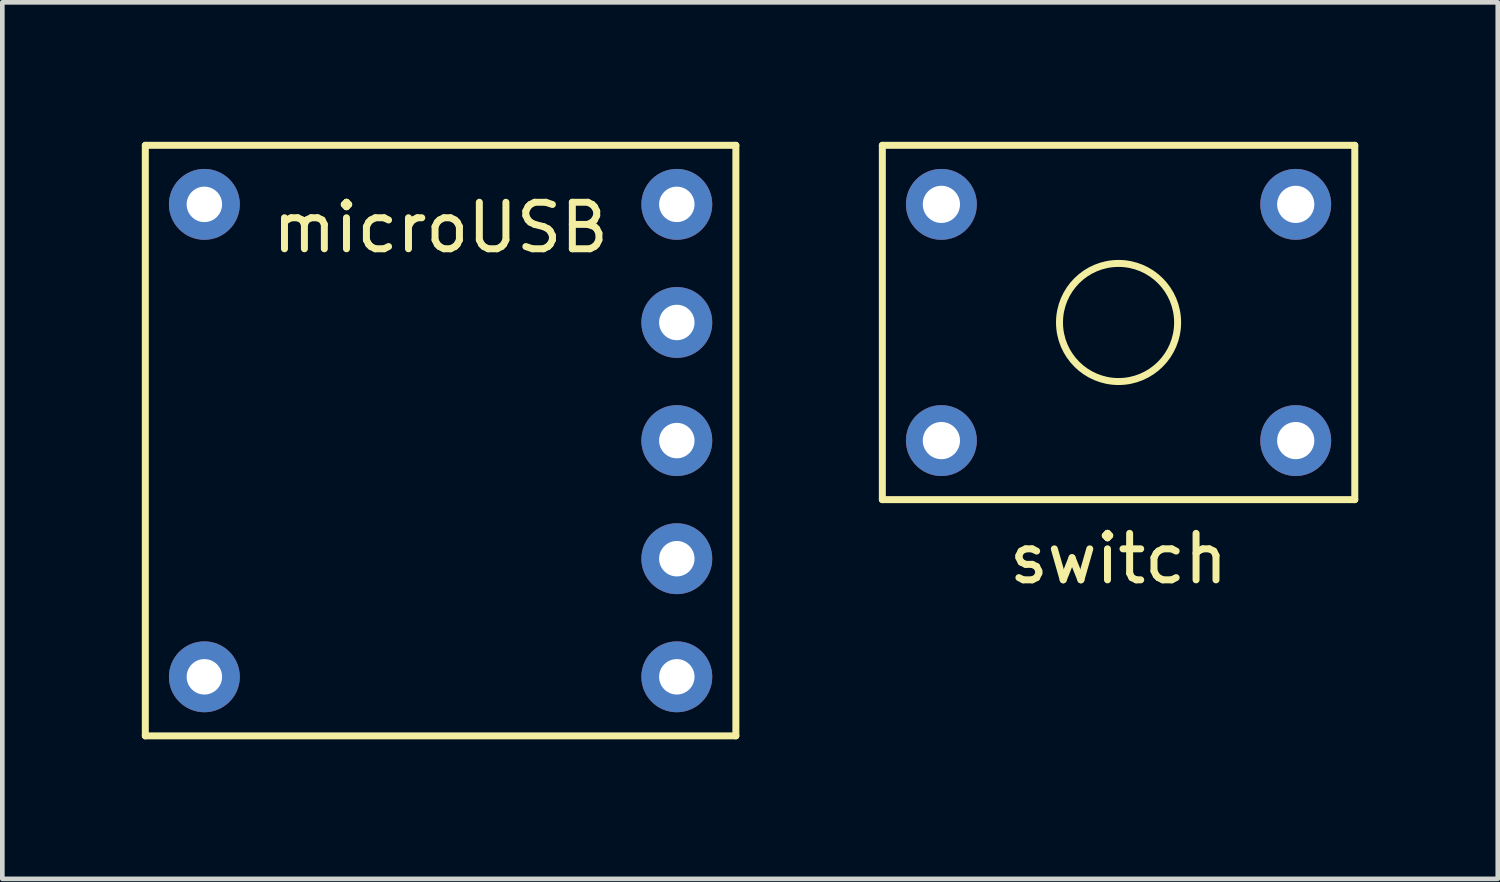
<source format=kicad_pcb>
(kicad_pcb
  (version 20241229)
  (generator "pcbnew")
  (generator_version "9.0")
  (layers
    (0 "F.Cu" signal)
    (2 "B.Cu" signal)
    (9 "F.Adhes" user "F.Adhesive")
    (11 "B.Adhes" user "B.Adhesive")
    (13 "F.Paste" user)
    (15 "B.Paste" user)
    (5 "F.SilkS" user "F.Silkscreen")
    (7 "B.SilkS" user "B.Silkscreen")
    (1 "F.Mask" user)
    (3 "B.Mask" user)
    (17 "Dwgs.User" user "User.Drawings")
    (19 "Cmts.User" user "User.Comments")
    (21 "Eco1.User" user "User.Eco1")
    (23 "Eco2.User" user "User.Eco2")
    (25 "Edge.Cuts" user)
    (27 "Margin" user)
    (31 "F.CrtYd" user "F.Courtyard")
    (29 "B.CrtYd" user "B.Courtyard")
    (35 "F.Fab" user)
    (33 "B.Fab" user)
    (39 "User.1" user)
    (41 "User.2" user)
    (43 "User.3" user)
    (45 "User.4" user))
  (footprint "microUSB"
    (layer "F.Cu")
    (at 6.425 6.425)
    (property "Reference" "microUSB" (at 0 -4.58 0) (layer "F.SilkS") (effects (font (size 1 1) (thickness 0.15))))
    (attr through_hole)
    (fp_line (start -6.35 -6.35) (end -6.35 6.35) (stroke (width 0.15) (type solid)) (layer "F.SilkS"))
    (fp_line (start -6.35 6.35) (end 6.35 6.35) (stroke (width 0.15) (type solid)) (layer "F.SilkS"))
    (fp_line (start 6.35 -6.35) (end -6.35 -6.35) (stroke (width 0.15) (type solid)) (layer "F.SilkS"))
    (fp_line (start 6.35 6.35) (end 6.35 -6.35) (stroke (width 0.15) (type solid)) (layer "F.SilkS"))
    (pad "1" thru_hole circle (at 5.08 5.08) (size 1.524 1.524) (drill 0.762) (layers "*.Cu" "*.Mask"))
    (pad "2" thru_hole circle (at 5.08 2.54) (size 1.524 1.524) (drill 0.762) (layers "*.Cu" "*.Mask"))
    (pad "3" thru_hole circle (at 5.08 0) (size 1.524 1.524) (drill 0.762) (layers "*.Cu" "*.Mask"))
    (pad "4" thru_hole circle (at 5.08 -2.54) (size 1.524 1.524) (drill 0.762) (layers "*.Cu" "*.Mask"))
    (pad "5" thru_hole circle (at -5.08 -5.08) (size 1.524 1.524) (drill 0.762) (layers "*.Cu" "*.Mask"))
    (pad "5" thru_hole circle (at -5.08 5.08) (size 1.524 1.524) (drill 0.762) (layers "*.Cu" "*.Mask"))
    (pad "5" thru_hole circle (at 5.08 -5.08) (size 1.524 1.524) (drill 0.762) (layers "*.Cu" "*.Mask")))
  (footprint "switch"
    (layer "F.Cu")
    (at 21.005 3.885)
    (property "Reference" "switch" (at 0 5.08 0) (layer "F.SilkS") (effects (font (size 1 1) (thickness 0.15))))
    (attr through_hole)
    (fp_line (start -5.08 -3.81) (end -5.08 3.81) (stroke (width 0.15) (type solid)) (layer "F.SilkS"))
    (fp_line (start -5.08 3.81) (end 5.08 3.81) (stroke (width 0.15) (type solid)) (layer "F.SilkS"))
    (fp_line (start 5.08 -3.81) (end -5.08 -3.81) (stroke (width 0.15) (type solid)) (layer "F.SilkS"))
    (fp_line (start 5.08 3.81) (end 5.08 -3.81) (stroke (width 0.15) (type solid)) (layer "F.SilkS"))
    (fp_circle (center 0 0) (end 0 1.27) (stroke (width 0.15) (type solid)) (fill no) (layer "F.SilkS"))
    (pad "1" thru_hole circle (at -3.81 -2.54) (size 1.524 1.524) (drill 0.8) (layers "*.Cu" "*.Mask"))
    (pad "1" thru_hole circle (at 3.81 -2.54) (size 1.524 1.524) (drill 0.8) (layers "*.Cu" "*.Mask"))
    (pad "2" thru_hole circle (at -3.81 2.54) (size 1.524 1.524) (drill 0.8) (layers "*.Cu" "*.Mask"))
    (pad "2" thru_hole circle (at 3.81 2.54) (size 1.524 1.524) (drill 0.8) (layers "*.Cu" "*.Mask")))
  (gr_rect
    (start -3 -3)
    (end 29.16 15.85)
    (stroke (width 0.1) (type default))
    (fill no)
    (layer "Edge.Cuts")))
</source>
